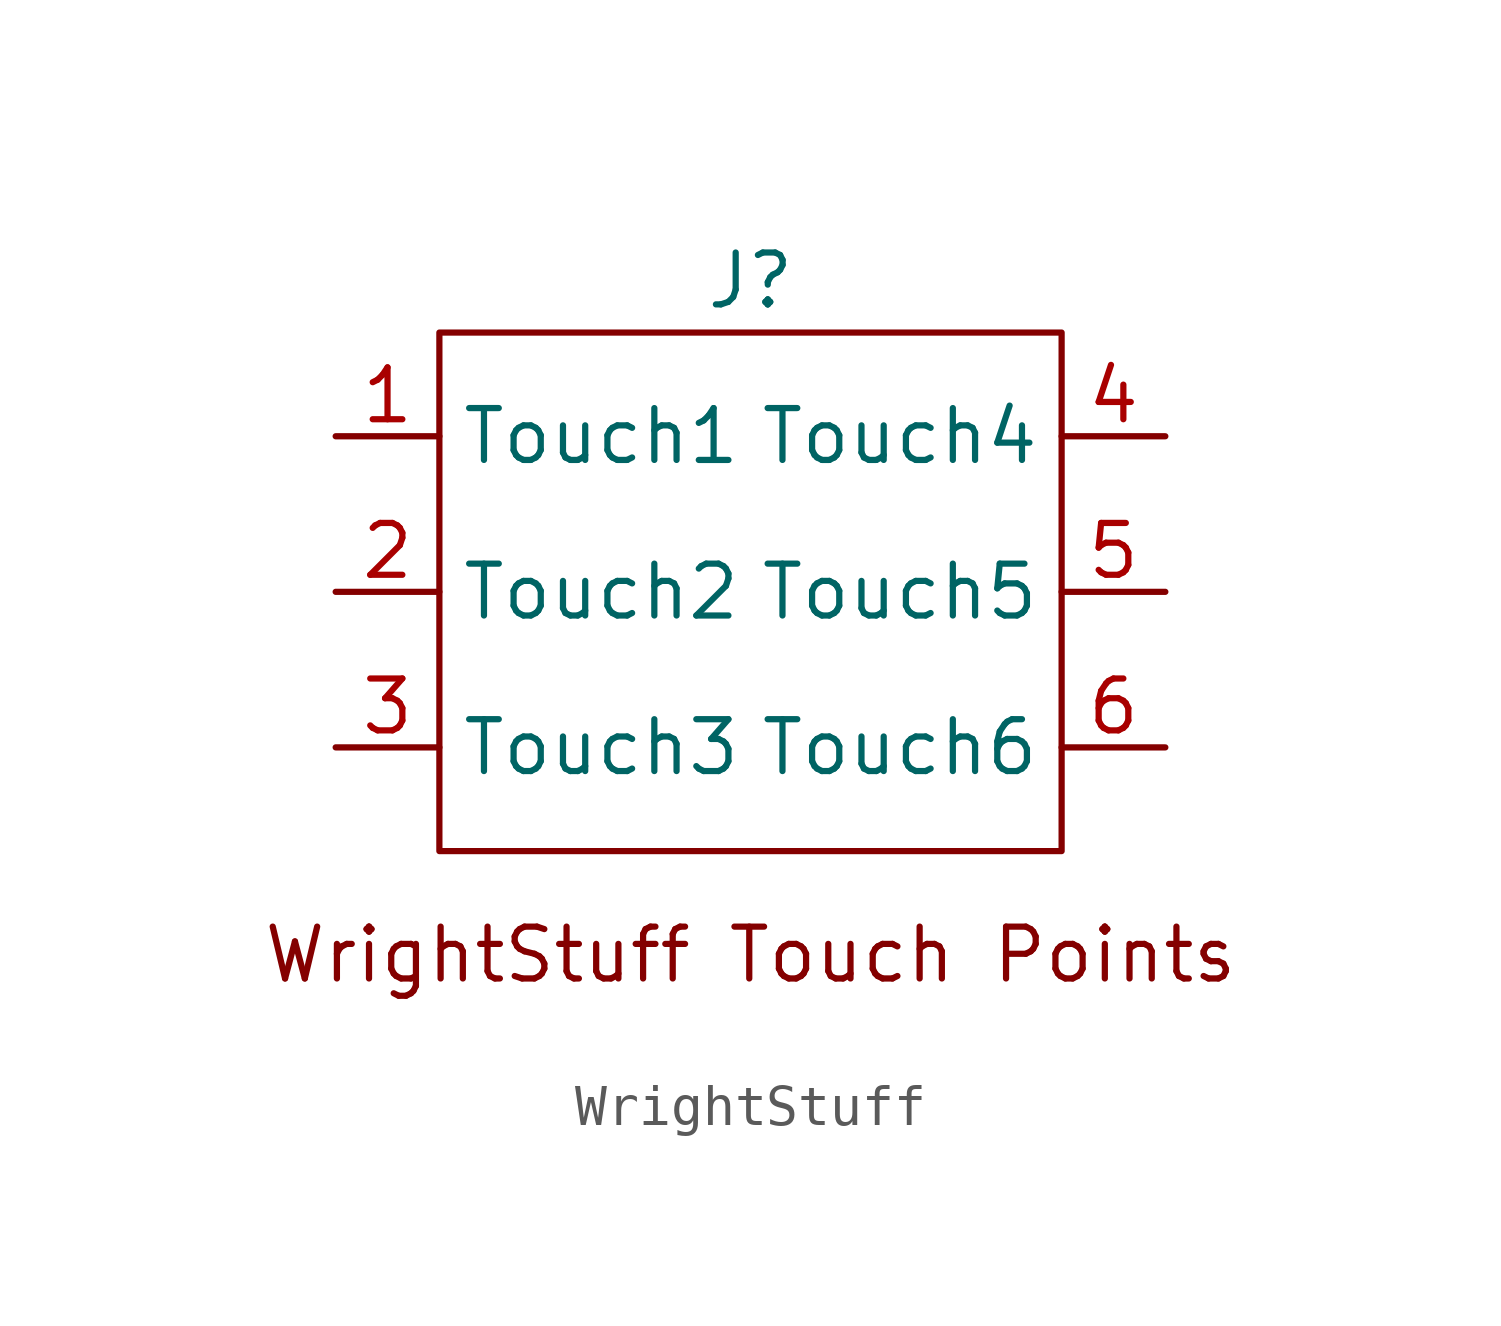
<source format=kicad_sym>
(kicad_symbol_lib
  (version 20220914)
  (generator kicad_symbol_editor)
  (symbol "WrightStuff"
    (property "Reference" "J"
      (at 0 5.08 0)
      (effects (font (size 1.27 1.27))))
    (property "Value" ""
      (at 0 0 0)
      (effects (font (size 1.27 1.27))))
    (symbol "WrightStuff_0_1"
      (rectangle (start -7.62 3.81) (end 7.62 -8.89) (stroke (width 0) (type default)) (fill (type none))))
    (symbol "WrightStuff_1_1"
      (text "WrightStuff Touch Points" (at 0 -11.43 0) (effects (font (size 1.27 1.27))))
      (pin passive line (at -10.16 1.27 0) (length 2.54) (name "Touch1" (effects (font (size 1.27 1.27)))) (number "1" (effects (font (size 1.27 1.27)))))
      (pin passive line (at -10.16 -2.54 0) (length 2.54) (name "Touch2" (effects (font (size 1.27 1.27)))) (number "2" (effects (font (size 1.27 1.27)))))
      (pin passive line (at -10.16 -6.35 0) (length 2.54) (name "Touch3" (effects (font (size 1.27 1.27)))) (number "3" (effects (font (size 1.27 1.27)))))
      (pin passive line (at 10.16 1.27 180) (length 2.54) (name "Touch4" (effects (font (size 1.27 1.27)))) (number "4" (effects (font (size 1.27 1.27)))))
      (pin passive line (at 10.16 -2.54 180) (length 2.54) (name "Touch5" (effects (font (size 1.27 1.27)))) (number "5" (effects (font (size 1.27 1.27)))))
      (pin passive line (at 10.16 -6.35 180) (length 2.54) (name "Touch6" (effects (font (size 1.27 1.27)))) (number "6" (effects (font (size 1.27 1.27))))))))
</source>
